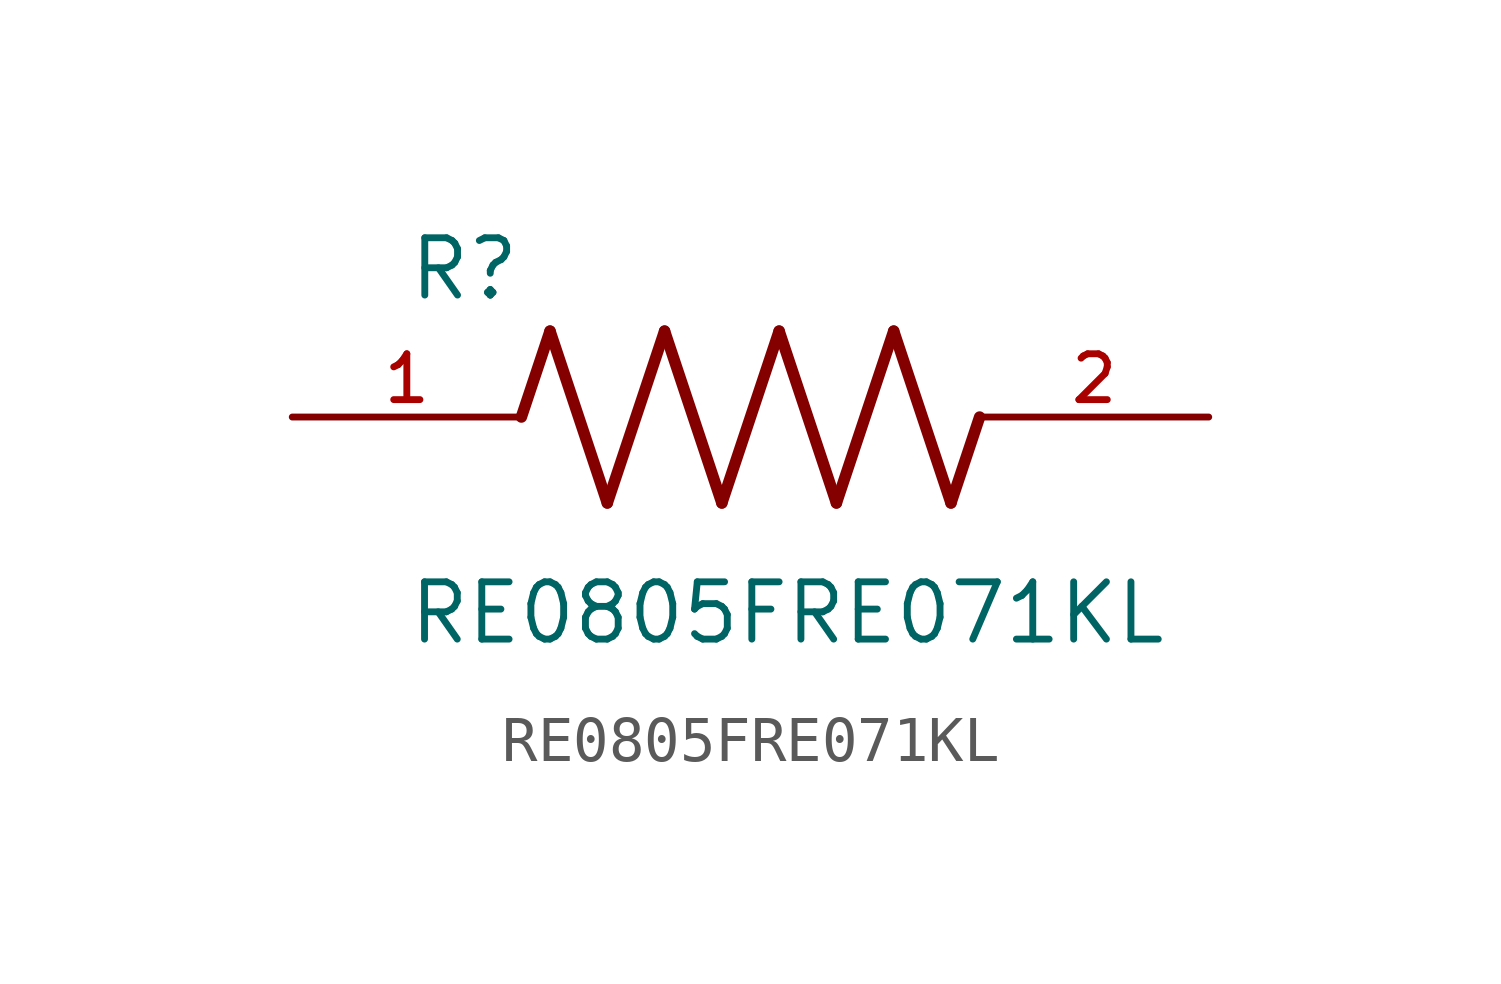
<source format=kicad_sym>
(kicad_symbol_lib
  (version 20211014)
  (generator kicad_symbol_editor)
  (symbol "RE0805FRE071KL"
    (pin_names
      (offset 1.016))
    (property "Reference" "R"
      (at -7.624 2.541 0)
      (effects (font (size 1.27 1.27)) (justify bottom left)))
    (property "Value" "RE0805FRE071KL"
      (at -7.63 -5.087 0)
      (effects (font (size 1.27 1.27)) (justify bottom left)))
    (symbol "RE0805FRE071KL_0_0"
      (polyline (pts (xy -5.08 0.0) (xy -4.445 1.905)) (stroke (width 0.254)))
      (polyline (pts (xy -4.445 1.905) (xy -3.175 -1.905)) (stroke (width 0.254)))
      (polyline (pts (xy -3.175 -1.905) (xy -1.905 1.905)) (stroke (width 0.254)))
      (polyline (pts (xy -1.905 1.905) (xy -0.635 -1.905)) (stroke (width 0.254)))
      (polyline (pts (xy -0.635 -1.905) (xy 0.635 1.905)) (stroke (width 0.254)))
      (polyline (pts (xy 0.635 1.905) (xy 1.905 -1.905)) (stroke (width 0.254)))
      (polyline (pts (xy 1.905 -1.905) (xy 3.175 1.905)) (stroke (width 0.254)))
      (polyline (pts (xy 3.175 1.905) (xy 4.445 -1.905)) (stroke (width 0.254)))
      (polyline (pts (xy 4.445 -1.905) (xy 5.08 0.0)) (stroke (width 0.254)))
      (pin passive line (at -10.16 0.0 0) (length 5.08) (name "~" (effects (font (size 1.016 1.016)))) (number "1" (effects (font (size 1.016 1.016)))))
      (pin passive line (at 10.16 0.0 180.0) (length 5.08) (name "~" (effects (font (size 1.016 1.016)))) (number "2" (effects (font (size 1.016 1.016))))))))
</source>
